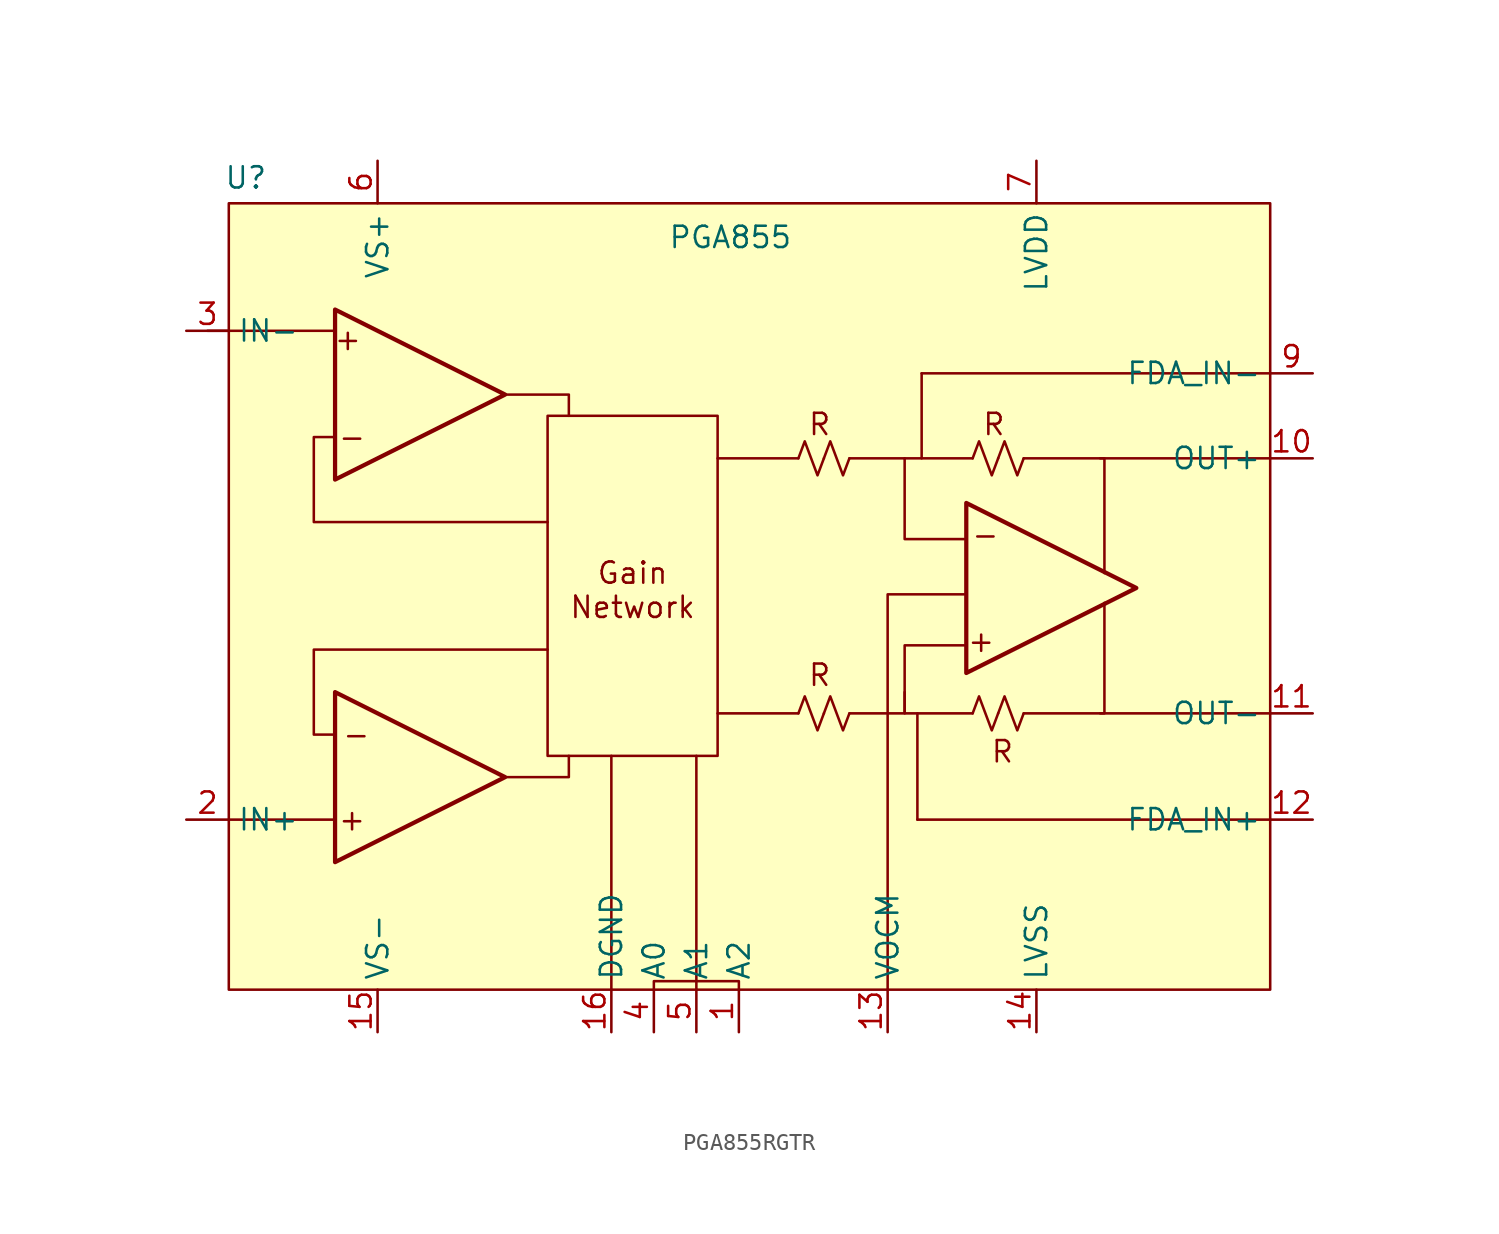
<source format=kicad_sym>
(kicad_symbol_lib
  (version 20231120)
  (generator "kicad_symbol_editor")
  (generator_version "8.0")
  (symbol "PGA855RGTR"
    (property "Reference" "U"
      (at 1.016 -3.556 0)
      (effects (font (size 1.27 1.27))))
    (property "Value" "PGA855"
      (at 29.972 -7.112 0)
      (effects (font (size 1.27 1.27))))
    (symbol "PGA855RGTR_0_0"
      (pin input line (at 30.48 -54.61 90) (length 2.54) (name "A2" (effects (font (size 1.27 1.27)))) (number "1" (effects (font (size 1.27 1.27)))))
      (pin output line (at 64.77 -20.32 180) (length 2.54) (name "OUT+" (effects (font (size 1.27 1.27)))) (number "10" (effects (font (size 1.27 1.27)))))
      (pin output line (at 64.77 -35.56 180) (length 2.54) (name "OUT-" (effects (font (size 1.27 1.27)))) (number "11" (effects (font (size 1.27 1.27)))))
      (pin input line (at 64.77 -41.91 180) (length 2.54) (name "FDA_IN+" (effects (font (size 1.27 1.27)))) (number "12" (effects (font (size 1.27 1.27)))))
      (pin power_in line (at 48.26 -54.61 90) (length 2.54) (name "LVSS" (effects (font (size 1.27 1.27)))) (number "14" (effects (font (size 1.27 1.27)))))
      (pin power_in line (at 8.89 -54.61 90) (length 2.54) (name "VS-" (effects (font (size 1.27 1.27)))) (number "15" (effects (font (size 1.27 1.27)))))
      (pin power_in line (at 22.86 -54.61 90) (length 2.54) (name "DGND" (effects (font (size 1.27 1.27)))) (number "16" (effects (font (size 1.27 1.27)))))
      (pin input line (at -2.54 -41.91 0) (length 2.54) (name "IN+" (effects (font (size 1.27 1.27)))) (number "2" (effects (font (size 1.27 1.27)))))
      (pin input line (at -2.54 -12.7 0) (length 2.54) (name "IN-" (effects (font (size 1.27 1.27)))) (number "3" (effects (font (size 1.27 1.27)))))
      (pin input line (at 25.4 -54.61 90) (length 2.54) (name "A0" (effects (font (size 1.27 1.27)))) (number "4" (effects (font (size 1.27 1.27)))))
      (pin input line (at 27.94 -54.61 90) (length 2.54) (name "A1" (effects (font (size 1.27 1.27)))) (number "5" (effects (font (size 1.27 1.27)))))
      (pin power_in line (at 8.89 -2.54 270) (length 2.54) (name "VS+" (effects (font (size 1.27 1.27)))) (number "6" (effects (font (size 1.27 1.27)))))
      (pin power_in line (at 48.26 -2.54 270) (length 2.54) (name "LVDD" (effects (font (size 1.27 1.27)))) (number "7" (effects (font (size 1.27 1.27)))))
      (pin input line (at 64.77 -15.24 180) (length 2.54) (name "FDA_IN-" (effects (font (size 1.27 1.27)))) (number "9" (effects (font (size 1.27 1.27))))))
    (symbol "PGA855RGTR_0_1"
      (polyline (pts (xy -1.27 -12.7) (xy 6.35 -12.7)) (stroke (width 0) (type default)) (fill (type none)))
      (polyline (pts (xy 0 -41.91) (xy 6.35 -41.91)) (stroke (width 0) (type default)) (fill (type none)))
      (polyline (pts (xy 34.036 -35.56) (xy 29.21 -35.56)) (stroke (width 0) (type default)) (fill (type none)))
      (polyline (pts (xy 34.036 -20.32) (xy 29.21 -20.32)) (stroke (width 0) (type default)) (fill (type none)))
      (polyline (pts (xy 44.45 -20.32) (xy 40.386 -20.32)) (stroke (width 0) (type default)) (fill (type none)))
      (polyline (pts (xy 16.51 -39.37) (xy 20.32 -39.37) (xy 20.32 -38.1)) (stroke (width 0) (type default)) (fill (type none)))
      (polyline (pts (xy 16.51 -16.51) (xy 20.32 -16.51) (xy 20.32 -17.78)) (stroke (width 0) (type default)) (fill (type none)))
      (polyline (pts (xy 44.45 -35.56) (xy 40.386 -35.56) (xy 40.386 -34.29)) (stroke (width 0) (type default)) (fill (type none)))
      (polyline (pts (xy 47.498 -35.56) (xy 52.324 -35.56) (xy 52.324 -28.956)) (stroke (width 0) (type default)) (fill (type none)))
      (polyline (pts (xy 47.498 -20.32) (xy 52.324 -20.32) (xy 52.324 -27.178)) (stroke (width 0) (type default)) (fill (type none)))
      (polyline (pts (xy 6.35 -36.83) (xy 5.08 -36.83) (xy 5.08 -31.75) (xy 19.05 -31.75)) (stroke (width 0) (type default)) (fill (type none)))
      (polyline (pts (xy 37.084 -20.32) (xy 40.386 -20.32) (xy 40.386 -25.146) (xy 43.942 -25.146)) (stroke (width 0) (type default)) (fill (type none)))
      (polyline (pts (xy 6.35 -19.05) (xy 5.08 -19.05) (xy 5.08 -22.86) (xy 5.08 -24.13) (xy 19.05 -24.13)) (stroke (width 0) (type default)) (fill (type none)))
      (polyline (pts (xy 37.084 -35.56) (xy 40.386 -35.56) (xy 40.386 -32.004) (xy 40.386 -31.75) (xy 40.386 -31.496) (xy 43.942 -31.496)) (stroke (width 0) (type default)) (fill (type none)))
      (rectangle (start 19.05 -17.78) (end 29.21 -38.1) (stroke (width 0) (type default)) (fill (type none))))
    (symbol "PGA855RGTR_1_0"
      (pin input line (at 39.37 -54.61 90) (length 2.54) (name "VOCM" (effects (font (size 1.27 1.27)))) (number "13" (effects (font (size 1.27 1.27)))))
      (pin no_connect line (at 13.97 -54.61 90) (length 2.54) hide (name "NC" (effects (font (size 1.27 1.27)))) (number "8" (effects (font (size 1.27 1.27))))))
    (symbol "PGA855RGTR_1_1"
      (rectangle (start 0 -5.08) (end 62.23 -52.07) (stroke (width 0) (type default)) (fill (type background)))
      (polyline (pts (xy 22.86 -38.1) (xy 22.86 -52.07)) (stroke (width 0) (type default)) (fill (type none)))
      (polyline (pts (xy 27.94 -38.1) (xy 27.94 -52.07)) (stroke (width 0) (type default)) (fill (type none)))
      (polyline (pts (xy 41.148 -41.91) (xy 41.148 -35.56)) (stroke (width 0) (type default)) (fill (type none)))
      (polyline (pts (xy 41.402 -15.24) (xy 41.402 -20.32)) (stroke (width 0) (type default)) (fill (type none)))
      (polyline (pts (xy 62.23 -41.91) (xy 41.148 -41.91)) (stroke (width 0) (type default)) (fill (type none)))
      (polyline (pts (xy 62.23 -35.56) (xy 52.07 -35.56)) (stroke (width 0) (type default)) (fill (type none)))
      (polyline (pts (xy 62.23 -20.32) (xy 52.07 -20.32)) (stroke (width 0) (type default)) (fill (type none)))
      (polyline (pts (xy 62.23 -15.24) (xy 41.402 -15.24)) (stroke (width 0) (type default)) (fill (type none)))
      (polyline (pts (xy 39.37 -52.07) (xy 39.37 -28.448) (xy 43.942 -28.448)) (stroke (width 0) (type default)) (fill (type none)))
      (polyline (pts (xy 16.51 -39.37) (xy 6.35 -34.29) (xy 6.35 -44.45) (xy 16.51 -39.37)) (stroke (width 0.254) (type default)) (fill (type background)))
      (polyline (pts (xy 16.51 -16.51) (xy 6.35 -11.43) (xy 6.35 -21.59) (xy 16.51 -16.51)) (stroke (width 0.254) (type default)) (fill (type background)))
      (polyline (pts (xy 25.4 -52.07) (xy 25.4 -51.562) (xy 30.48 -51.562) (xy 30.48 -52.07)) (stroke (width 0) (type default)) (fill (type none)))
      (polyline (pts (xy 54.229 -28.067) (xy 44.069 -22.987) (xy 44.069 -33.147) (xy 54.229 -28.067)) (stroke (width 0.254) (type default)) (fill (type background)))
      (polyline (pts (xy 34.036 -35.56) (xy 34.417 -34.544) (xy 34.798 -35.56) (xy 35.179 -36.576) (xy 35.56 -35.56)) (stroke (width 0) (type default)) (fill (type none)))
      (polyline (pts (xy 34.036 -20.32) (xy 34.417 -19.304) (xy 34.798 -20.32) (xy 35.179 -21.336) (xy 35.56 -20.32)) (stroke (width 0) (type default)) (fill (type none)))
      (polyline (pts (xy 35.56 -35.56) (xy 35.941 -34.544) (xy 36.322 -35.56) (xy 36.703 -36.576) (xy 37.084 -35.56)) (stroke (width 0) (type default)) (fill (type none)))
      (polyline (pts (xy 35.56 -20.32) (xy 35.941 -19.304) (xy 36.322 -20.32) (xy 36.703 -21.336) (xy 37.084 -20.32)) (stroke (width 0) (type default)) (fill (type none)))
      (polyline (pts (xy 44.45 -35.56) (xy 44.831 -34.544) (xy 45.212 -35.56) (xy 45.593 -36.576) (xy 45.974 -35.56)) (stroke (width 0) (type default)) (fill (type none)))
      (polyline (pts (xy 44.45 -20.32) (xy 44.831 -19.304) (xy 45.212 -20.32) (xy 45.593 -21.336) (xy 45.974 -20.32)) (stroke (width 0) (type default)) (fill (type none)))
      (polyline (pts (xy 45.974 -35.56) (xy 46.355 -34.544) (xy 46.736 -35.56) (xy 47.117 -36.576) (xy 47.498 -35.56)) (stroke (width 0) (type default)) (fill (type none)))
      (polyline (pts (xy 45.974 -20.32) (xy 46.355 -19.304) (xy 46.736 -20.32) (xy 47.117 -21.336) (xy 47.498 -20.32)) (stroke (width 0) (type default)) (fill (type none)))
      (text "+" (at 7.112 -13.208 0) (effects (font (size 1.27 1.27))))
      (text "+" (at 44.958 -31.242 0) (effects (font (size 1.27 1.27))))
      (text "+\n" (at 7.366 -41.91 0) (effects (font (size 1.27 1.27))))
      (text "-" (at 7.366 -19.05 0) (effects (font (size 1.27 1.27))))
      (text "-" (at 7.62 -36.83 0) (effects (font (size 1.27 1.27))))
      (text "-" (at 45.212 -24.892 0) (effects (font (size 1.27 1.27))))
      (text "Gain\nNetwork\n" (at 24.13 -28.194 0) (effects (font (size 1.27 1.27))))
      (text "R" (at 35.306 -33.274 0) (effects (font (size 1.27 1.27))))
      (text "R" (at 35.306 -18.288 0) (effects (font (size 1.27 1.27))))
      (text "R" (at 45.72 -18.288 0) (effects (font (size 1.27 1.27))))
      (text "R" (at 46.228 -37.846 0) (effects (font (size 1.27 1.27))))
      (pin no_connect line (at -2.54 -26.67 0) (length 2.54) hide (name "THERMALPAD" (effects (font (size 1.27 1.27)))) (number "17" (effects (font (size 1.27 1.27))))))))
</source>
